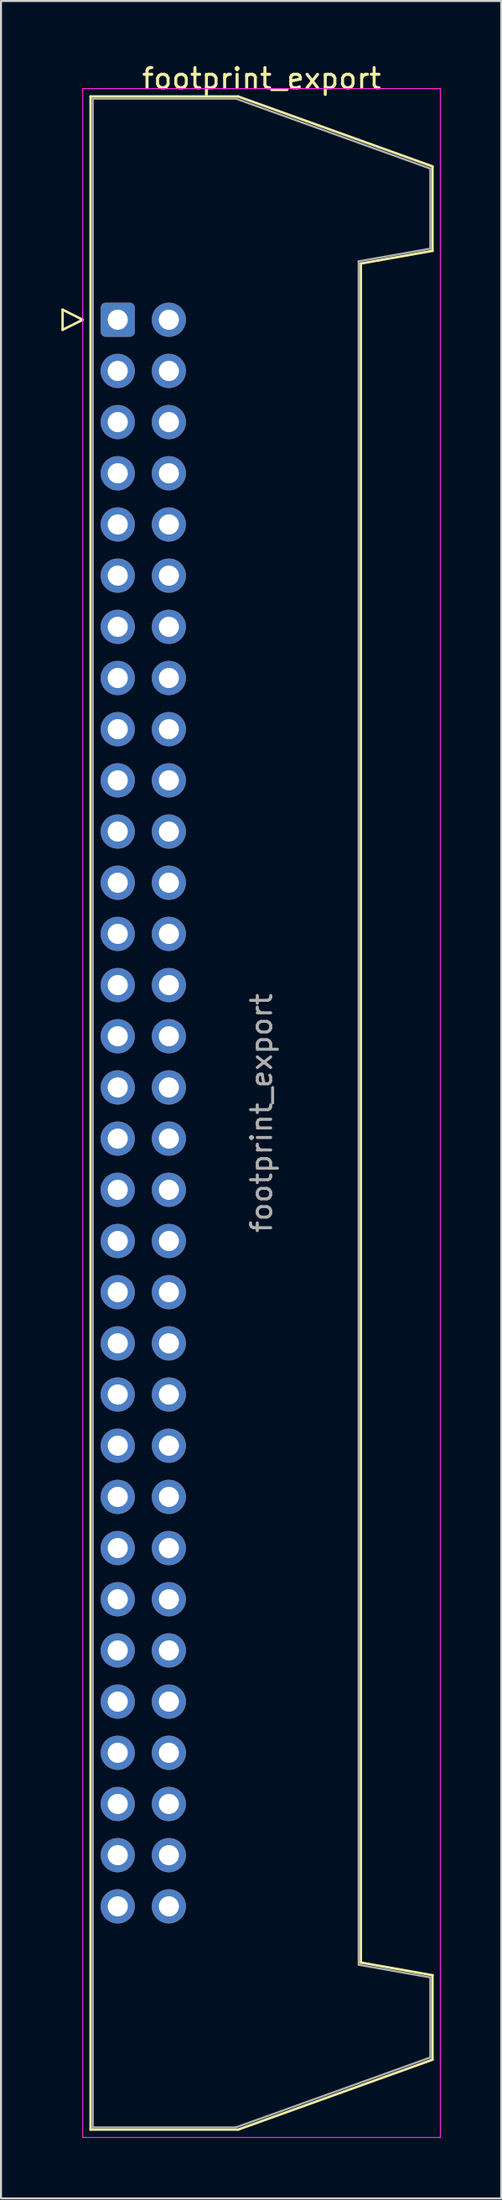
<source format=kicad_pcb>
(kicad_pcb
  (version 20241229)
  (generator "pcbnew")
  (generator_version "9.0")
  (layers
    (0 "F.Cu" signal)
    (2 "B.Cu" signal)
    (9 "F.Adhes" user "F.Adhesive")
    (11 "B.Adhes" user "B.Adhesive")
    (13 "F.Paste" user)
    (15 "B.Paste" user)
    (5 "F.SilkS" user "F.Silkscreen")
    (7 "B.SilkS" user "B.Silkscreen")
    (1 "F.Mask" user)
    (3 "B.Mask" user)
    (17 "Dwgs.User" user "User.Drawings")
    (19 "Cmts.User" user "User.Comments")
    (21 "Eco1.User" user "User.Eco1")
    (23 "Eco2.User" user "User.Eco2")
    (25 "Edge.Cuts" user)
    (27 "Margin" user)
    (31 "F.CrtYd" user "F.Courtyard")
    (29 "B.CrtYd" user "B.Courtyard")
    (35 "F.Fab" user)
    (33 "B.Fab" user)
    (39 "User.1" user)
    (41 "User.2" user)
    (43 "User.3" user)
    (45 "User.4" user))
  (footprint "footprint_export"
    (layer "F.Cu")
    (at 2.8 12.818)
    (property "Reference" "footprint_export" (at 7.145 -11.97 0) (layer "F.SilkS") (effects (font (size 1 1) (thickness 0.15))))
    (attr through_hole)
    (fp_line (start -2.74 -0.5) (end -2.74 0.5) (stroke (width 0.12) (type solid)) (layer "F.SilkS"))
    (fp_line (start -2.74 0.5) (end -1.74 0) (stroke (width 0.12) (type solid)) (layer "F.SilkS"))
    (fp_line (start -1.74 0) (end -2.74 -0.5) (stroke (width 0.12) (type solid)) (layer "F.SilkS"))
    (fp_line (start -1.35 -11.08) (end 5.98 -11.08) (stroke (width 0.12) (type solid)) (layer "F.SilkS"))
    (fp_line (start -1.35 89.82) (end -1.35 -11.08) (stroke (width 0.12) (type solid)) (layer "F.SilkS"))
    (fp_line (start 5.98 -11.08) (end 15.64 -7.61) (stroke (width 0.12) (type solid)) (layer "F.SilkS"))
    (fp_line (start 5.98 89.82) (end -1.35 89.82) (stroke (width 0.12) (type solid)) (layer "F.SilkS"))
    (fp_line (start 12.08 -2.79) (end 12.08 81.53) (stroke (width 0.12) (type solid)) (layer "F.SilkS"))
    (fp_line (start 12.08 81.53) (end 15.64 82.16) (stroke (width 0.12) (type solid)) (layer "F.SilkS"))
    (fp_line (start 15.64 -7.61) (end 15.64 -3.42) (stroke (width 0.12) (type solid)) (layer "F.SilkS"))
    (fp_line (start 15.64 -3.42) (end 12.08 -2.79) (stroke (width 0.12) (type solid)) (layer "F.SilkS"))
    (fp_line (start 15.64 82.16) (end 15.64 86.35) (stroke (width 0.12) (type solid)) (layer "F.SilkS"))
    (fp_line (start 15.64 86.35) (end 5.98 89.82) (stroke (width 0.12) (type solid)) (layer "F.SilkS"))
    (fp_line (start -1.74 -11.47) (end -1.74 90.21) (stroke (width 0.05) (type solid)) (layer "F.CrtYd"))
    (fp_line (start -1.74 90.21) (end 16.03 90.21) (stroke (width 0.05) (type solid)) (layer "F.CrtYd"))
    (fp_line (start 16.03 -11.47) (end -1.74 -11.47) (stroke (width 0.05) (type solid)) (layer "F.CrtYd"))
    (fp_line (start 16.03 90.21) (end 16.03 -11.47) (stroke (width 0.05) (type solid)) (layer "F.CrtYd"))
    (fp_line (start -1.24 -10.97) (end 5.87 -10.97) (stroke (width 0.1) (type solid)) (layer "F.Fab"))
    (fp_line (start -1.24 89.71) (end -1.24 -10.97) (stroke (width 0.1) (type solid)) (layer "F.Fab"))
    (fp_line (start 5.87 -10.97) (end 15.53 -7.5) (stroke (width 0.1) (type solid)) (layer "F.Fab"))
    (fp_line (start 5.87 89.71) (end -1.24 89.71) (stroke (width 0.1) (type solid)) (layer "F.Fab"))
    (fp_line (start 11.97 -2.9) (end 11.97 81.64) (stroke (width 0.1) (type solid)) (layer "F.Fab"))
    (fp_line (start 11.97 81.64) (end 15.53 82.27) (stroke (width 0.1) (type solid)) (layer "F.Fab"))
    (fp_line (start 15.53 -7.5) (end 15.53 -3.53) (stroke (width 0.1) (type solid)) (layer "F.Fab"))
    (fp_line (start 15.53 -3.53) (end 11.97 -2.9) (stroke (width 0.1) (type solid)) (layer "F.Fab"))
    (fp_line (start 15.53 82.27) (end 15.53 86.24) (stroke (width 0.1) (type solid)) (layer "F.Fab"))
    (fp_line (start 15.53 86.24) (end 5.87 89.71) (stroke (width 0.1) (type solid)) (layer "F.Fab"))
    (fp_text user "${REFERENCE}" (at 7.145 39.37 90) (layer "F.Fab") (effects (font (size 1 1) (thickness 0.15))))
    (pad "1" thru_hole roundrect (at 0 0) (size 1.7 1.7) (drill 1) (layers "*.Cu" "*.Mask") (roundrect_rratio 0.147))
    (pad "2" thru_hole circle (at 2.54 0) (size 1.7 1.7) (drill 1) (layers "*.Cu" "*.Mask"))
    (pad "3" thru_hole circle (at 0 2.54) (size 1.7 1.7) (drill 1) (layers "*.Cu" "*.Mask"))
    (pad "4" thru_hole circle (at 2.54 2.54) (size 1.7 1.7) (drill 1) (layers "*.Cu" "*.Mask"))
    (pad "5" thru_hole circle (at 0 5.08) (size 1.7 1.7) (drill 1) (layers "*.Cu" "*.Mask"))
    (pad "6" thru_hole circle (at 2.54 5.08) (size 1.7 1.7) (drill 1) (layers "*.Cu" "*.Mask"))
    (pad "7" thru_hole circle (at 0 7.62) (size 1.7 1.7) (drill 1) (layers "*.Cu" "*.Mask"))
    (pad "8" thru_hole circle (at 2.54 7.62) (size 1.7 1.7) (drill 1) (layers "*.Cu" "*.Mask"))
    (pad "9" thru_hole circle (at 0 10.16) (size 1.7 1.7) (drill 1) (layers "*.Cu" "*.Mask"))
    (pad "10" thru_hole circle (at 2.54 10.16) (size 1.7 1.7) (drill 1) (layers "*.Cu" "*.Mask"))
    (pad "11" thru_hole circle (at 0 12.7) (size 1.7 1.7) (drill 1) (layers "*.Cu" "*.Mask"))
    (pad "12" thru_hole circle (at 2.54 12.7) (size 1.7 1.7) (drill 1) (layers "*.Cu" "*.Mask"))
    (pad "13" thru_hole circle (at 0 15.24) (size 1.7 1.7) (drill 1) (layers "*.Cu" "*.Mask"))
    (pad "14" thru_hole circle (at 2.54 15.24) (size 1.7 1.7) (drill 1) (layers "*.Cu" "*.Mask"))
    (pad "15" thru_hole circle (at 0 17.78) (size 1.7 1.7) (drill 1) (layers "*.Cu" "*.Mask"))
    (pad "16" thru_hole circle (at 2.54 17.78) (size 1.7 1.7) (drill 1) (layers "*.Cu" "*.Mask"))
    (pad "17" thru_hole circle (at 0 20.32) (size 1.7 1.7) (drill 1) (layers "*.Cu" "*.Mask"))
    (pad "18" thru_hole circle (at 2.54 20.32) (size 1.7 1.7) (drill 1) (layers "*.Cu" "*.Mask"))
    (pad "19" thru_hole circle (at 0 22.86) (size 1.7 1.7) (drill 1) (layers "*.Cu" "*.Mask"))
    (pad "20" thru_hole circle (at 2.54 22.86) (size 1.7 1.7) (drill 1) (layers "*.Cu" "*.Mask"))
    (pad "21" thru_hole circle (at 0 25.4) (size 1.7 1.7) (drill 1) (layers "*.Cu" "*.Mask"))
    (pad "22" thru_hole circle (at 2.54 25.4) (size 1.7 1.7) (drill 1) (layers "*.Cu" "*.Mask"))
    (pad "23" thru_hole circle (at 0 27.94) (size 1.7 1.7) (drill 1) (layers "*.Cu" "*.Mask"))
    (pad "24" thru_hole circle (at 2.54 27.94) (size 1.7 1.7) (drill 1) (layers "*.Cu" "*.Mask"))
    (pad "25" thru_hole circle (at 0 30.48) (size 1.7 1.7) (drill 1) (layers "*.Cu" "*.Mask"))
    (pad "26" thru_hole circle (at 2.54 30.48) (size 1.7 1.7) (drill 1) (layers "*.Cu" "*.Mask"))
    (pad "27" thru_hole circle (at 0 33.02) (size 1.7 1.7) (drill 1) (layers "*.Cu" "*.Mask"))
    (pad "28" thru_hole circle (at 2.54 33.02) (size 1.7 1.7) (drill 1) (layers "*.Cu" "*.Mask"))
    (pad "29" thru_hole circle (at 0 35.56) (size 1.7 1.7) (drill 1) (layers "*.Cu" "*.Mask"))
    (pad "30" thru_hole circle (at 2.54 35.56) (size 1.7 1.7) (drill 1) (layers "*.Cu" "*.Mask"))
    (pad "31" thru_hole circle (at 0 38.1) (size 1.7 1.7) (drill 1) (layers "*.Cu" "*.Mask"))
    (pad "32" thru_hole circle (at 2.54 38.1) (size 1.7 1.7) (drill 1) (layers "*.Cu" "*.Mask"))
    (pad "33" thru_hole circle (at 0 40.64) (size 1.7 1.7) (drill 1) (layers "*.Cu" "*.Mask"))
    (pad "34" thru_hole circle (at 2.54 40.64) (size 1.7 1.7) (drill 1) (layers "*.Cu" "*.Mask"))
    (pad "35" thru_hole circle (at 0 43.18) (size 1.7 1.7) (drill 1) (layers "*.Cu" "*.Mask"))
    (pad "36" thru_hole circle (at 2.54 43.18) (size 1.7 1.7) (drill 1) (layers "*.Cu" "*.Mask"))
    (pad "37" thru_hole circle (at 0 45.72) (size 1.7 1.7) (drill 1) (layers "*.Cu" "*.Mask"))
    (pad "38" thru_hole circle (at 2.54 45.72) (size 1.7 1.7) (drill 1) (layers "*.Cu" "*.Mask"))
    (pad "39" thru_hole circle (at 0 48.26) (size 1.7 1.7) (drill 1) (layers "*.Cu" "*.Mask"))
    (pad "40" thru_hole circle (at 2.54 48.26) (size 1.7 1.7) (drill 1) (layers "*.Cu" "*.Mask"))
    (pad "41" thru_hole circle (at 0 50.8) (size 1.7 1.7) (drill 1) (layers "*.Cu" "*.Mask"))
    (pad "42" thru_hole circle (at 2.54 50.8) (size 1.7 1.7) (drill 1) (layers "*.Cu" "*.Mask"))
    (pad "43" thru_hole circle (at 0 53.34) (size 1.7 1.7) (drill 1) (layers "*.Cu" "*.Mask"))
    (pad "44" thru_hole circle (at 2.54 53.34) (size 1.7 1.7) (drill 1) (layers "*.Cu" "*.Mask"))
    (pad "45" thru_hole circle (at 0 55.88) (size 1.7 1.7) (drill 1) (layers "*.Cu" "*.Mask"))
    (pad "46" thru_hole circle (at 2.54 55.88) (size 1.7 1.7) (drill 1) (layers "*.Cu" "*.Mask"))
    (pad "47" thru_hole circle (at 0 58.42) (size 1.7 1.7) (drill 1) (layers "*.Cu" "*.Mask"))
    (pad "48" thru_hole circle (at 2.54 58.42) (size 1.7 1.7) (drill 1) (layers "*.Cu" "*.Mask"))
    (pad "49" thru_hole circle (at 0 60.96) (size 1.7 1.7) (drill 1) (layers "*.Cu" "*.Mask"))
    (pad "50" thru_hole circle (at 2.54 60.96) (size 1.7 1.7) (drill 1) (layers "*.Cu" "*.Mask"))
    (pad "51" thru_hole circle (at 0 63.5) (size 1.7 1.7) (drill 1) (layers "*.Cu" "*.Mask"))
    (pad "52" thru_hole circle (at 2.54 63.5) (size 1.7 1.7) (drill 1) (layers "*.Cu" "*.Mask"))
    (pad "53" thru_hole circle (at 0 66.04) (size 1.7 1.7) (drill 1) (layers "*.Cu" "*.Mask"))
    (pad "54" thru_hole circle (at 2.54 66.04) (size 1.7 1.7) (drill 1) (layers "*.Cu" "*.Mask"))
    (pad "55" thru_hole circle (at 0 68.58) (size 1.7 1.7) (drill 1) (layers "*.Cu" "*.Mask"))
    (pad "56" thru_hole circle (at 2.54 68.58) (size 1.7 1.7) (drill 1) (layers "*.Cu" "*.Mask"))
    (pad "57" thru_hole circle (at 0 71.12) (size 1.7 1.7) (drill 1) (layers "*.Cu" "*.Mask"))
    (pad "58" thru_hole circle (at 2.54 71.12) (size 1.7 1.7) (drill 1) (layers "*.Cu" "*.Mask"))
    (pad "59" thru_hole circle (at 0 73.66) (size 1.7 1.7) (drill 1) (layers "*.Cu" "*.Mask"))
    (pad "60" thru_hole circle (at 2.54 73.66) (size 1.7 1.7) (drill 1) (layers "*.Cu" "*.Mask"))
    (pad "61" thru_hole circle (at 0 76.2) (size 1.7 1.7) (drill 1) (layers "*.Cu" "*.Mask"))
    (pad "62" thru_hole circle (at 2.54 76.2) (size 1.7 1.7) (drill 1) (layers "*.Cu" "*.Mask"))
    (pad "63" thru_hole circle (at 0 78.74) (size 1.7 1.7) (drill 1) (layers "*.Cu" "*.Mask"))
    (pad "64" thru_hole circle (at 2.54 78.74) (size 1.7 1.7) (drill 1) (layers "*.Cu" "*.Mask")))
  (gr_rect
    (start -3 -3)
    (end 21.855 106.053)
    (stroke (width 0.1) (type default))
    (fill no)
    (layer "Edge.Cuts")))
</source>
